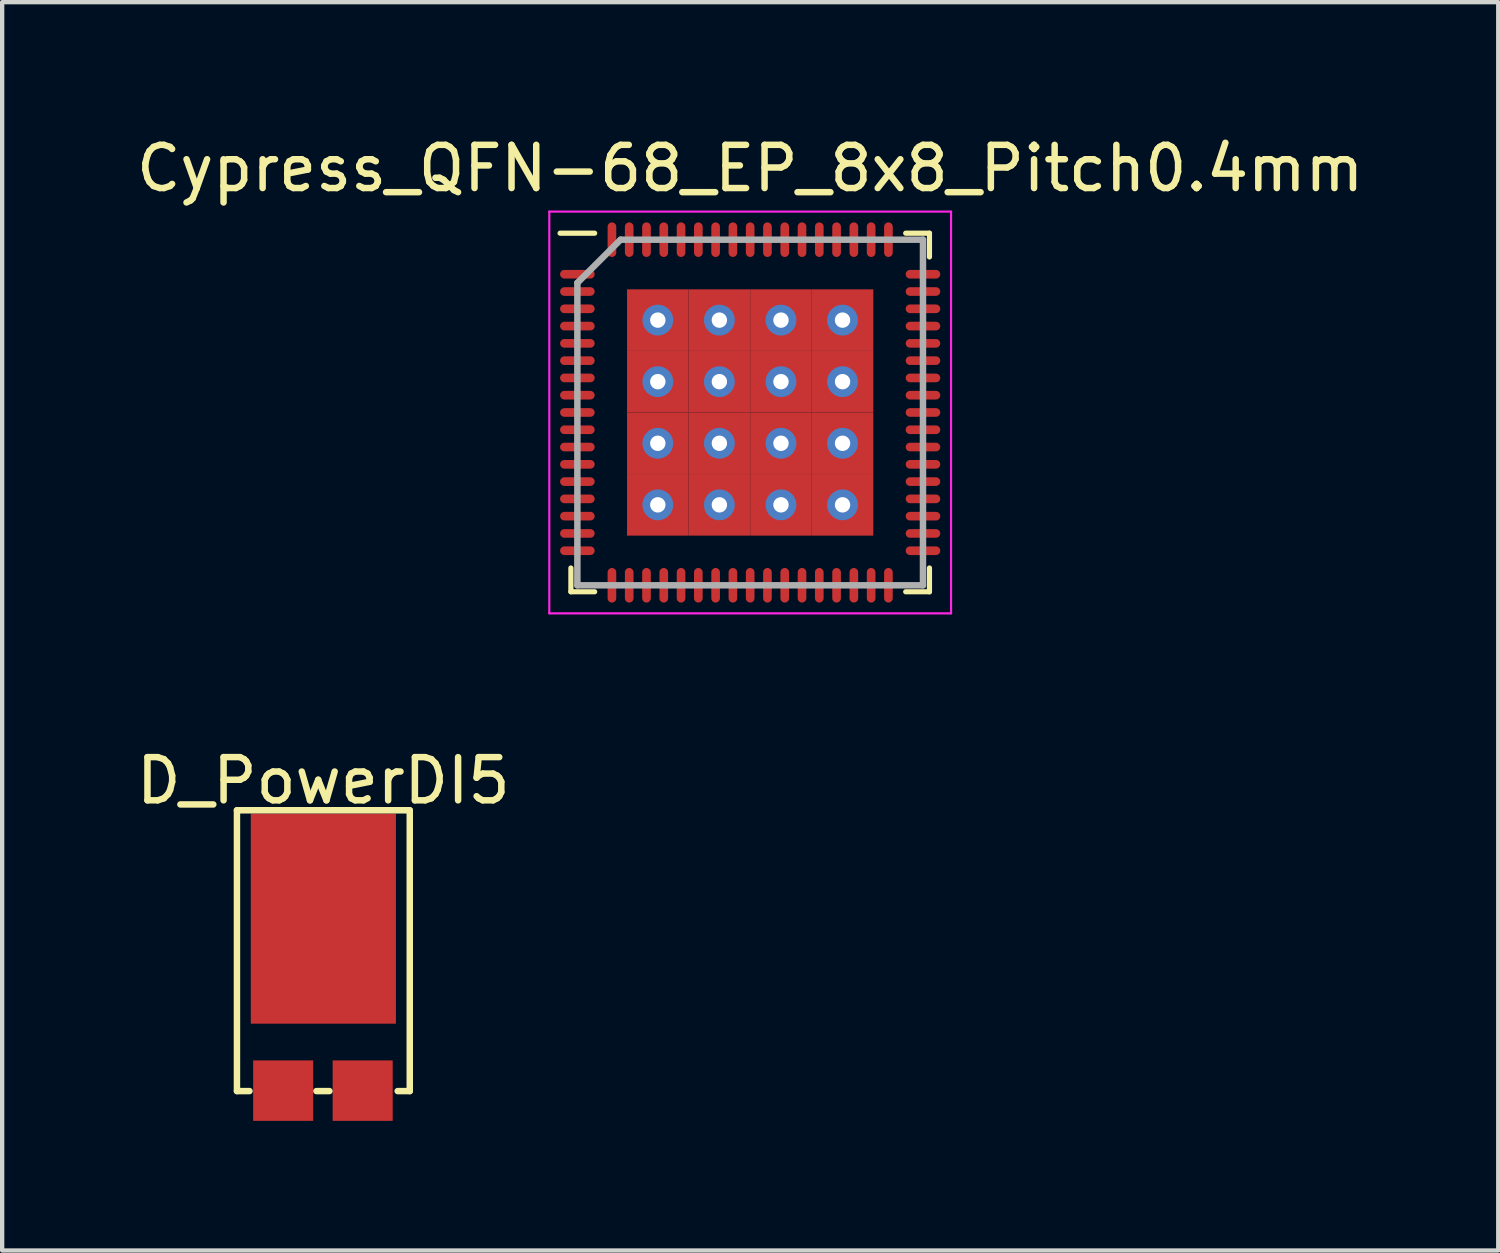
<source format=kicad_pcb>
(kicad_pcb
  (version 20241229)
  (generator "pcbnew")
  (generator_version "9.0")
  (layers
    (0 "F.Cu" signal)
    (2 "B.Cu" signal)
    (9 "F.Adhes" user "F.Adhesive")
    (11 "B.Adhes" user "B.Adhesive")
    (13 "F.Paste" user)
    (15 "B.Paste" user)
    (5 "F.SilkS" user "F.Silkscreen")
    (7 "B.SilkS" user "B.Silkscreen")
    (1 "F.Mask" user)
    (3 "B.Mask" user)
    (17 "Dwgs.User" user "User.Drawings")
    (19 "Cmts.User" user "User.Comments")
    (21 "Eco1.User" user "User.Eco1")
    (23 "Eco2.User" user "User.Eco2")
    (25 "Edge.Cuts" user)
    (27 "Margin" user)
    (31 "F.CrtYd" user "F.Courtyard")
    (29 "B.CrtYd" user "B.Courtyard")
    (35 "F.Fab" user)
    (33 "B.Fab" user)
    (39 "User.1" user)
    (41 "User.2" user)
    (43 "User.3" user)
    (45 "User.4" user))
  (footprint "D_PowerDI5"
    (layer "F.Cu")
    (at 4.435 20.736)
    (property "Reference" "D_PowerDI5" (at 0 -5.715 0) (layer "F.SilkS") (effects (font (size 1 1) (thickness 0.15))))
    (attr smd)
    (fp_line (start -2 -5.03) (end -2 1.47) (stroke (width 0.15) (type solid)) (layer "F.SilkS"))
    (fp_line (start -2 1.47) (end -1.71 1.47) (stroke (width 0.15) (type solid)) (layer "F.SilkS"))
    (fp_line (start -0.16 1.47) (end 0.14 1.47) (stroke (width 0.15) (type solid)) (layer "F.SilkS"))
    (fp_line (start 1.72 1.47) (end 2 1.47) (stroke (width 0.15) (type solid)) (layer "F.SilkS"))
    (fp_line (start 2 -5.03) (end -2 -5.03) (stroke (width 0.15) (type solid)) (layer "F.SilkS"))
    (fp_line (start 2 1.47) (end 2 -5.03) (stroke (width 0.15) (type solid)) (layer "F.SilkS"))
    (pad "1" smd rect (at 0 -2.52) (size 3.36 4.86) (layers "F.Cu" "F.Mask" "F.Paste"))
    (pad "2" smd rect (at -0.93 1.46) (size 1.39 1.4) (layers "F.Cu" "F.Mask" "F.Paste"))
    (pad "2" smd rect (at 0.91 1.46) (size 1.39 1.4) (layers "F.Cu" "F.Mask" "F.Paste")))
  (footprint "Cypress_QFN-68_EP_8x8_Pitch0.4mm"
    (layer "F.Cu")
    (at 14.315 6.498)
    (property "Reference" "Cypress_QFN-68_EP_8x8_Pitch0.4mm" (at 0 -5.65 0) (layer "F.SilkS") (effects (font (size 1 1) (thickness 0.15))))
    (attr smd)
    (fp_line (start -4.15 4.15) (end -4.15 3.6) (stroke (width 0.12) (type solid)) (layer "F.SilkS"))
    (fp_line (start -3.6 -4.15) (end -4.4 -4.15) (stroke (width 0.12) (type solid)) (layer "F.SilkS"))
    (fp_line (start -3.6 4.15) (end -4.15 4.15) (stroke (width 0.12) (type solid)) (layer "F.SilkS"))
    (fp_line (start 3.6 -4.15) (end 4.15 -4.15) (stroke (width 0.12) (type solid)) (layer "F.SilkS"))
    (fp_line (start 3.6 4.15) (end 4.15 4.15) (stroke (width 0.12) (type solid)) (layer "F.SilkS"))
    (fp_line (start 4.15 -4.15) (end 4.15 -3.6) (stroke (width 0.12) (type solid)) (layer "F.SilkS"))
    (fp_line (start 4.15 4.15) (end 4.15 3.6) (stroke (width 0.12) (type solid)) (layer "F.SilkS"))
    (fp_line (start -4.65 -4.65) (end 4.65 -4.65) (stroke (width 0.05) (type solid)) (layer "F.CrtYd"))
    (fp_line (start -4.65 4.65) (end -4.65 -4.65) (stroke (width 0.05) (type solid)) (layer "F.CrtYd"))
    (fp_line (start 4.65 -4.65) (end 4.65 4.65) (stroke (width 0.05) (type solid)) (layer "F.CrtYd"))
    (fp_line (start 4.65 4.65) (end -4.65 4.65) (stroke (width 0.05) (type solid)) (layer "F.CrtYd"))
    (fp_line (start -4 -3) (end -4 4) (stroke (width 0.15) (type solid)) (layer "F.Fab"))
    (fp_line (start -4 4) (end 4 4) (stroke (width 0.15) (type solid)) (layer "F.Fab"))
    (fp_line (start -3 -4) (end -4 -3) (stroke (width 0.15) (type solid)) (layer "F.Fab"))
    (fp_line (start 4 -4) (end -3 -4) (stroke (width 0.15) (type solid)) (layer "F.Fab"))
    (fp_line (start 4 4) (end 4 -4) (stroke (width 0.15) (type solid)) (layer "F.Fab"))
    (pad "1" smd oval (at -4 -3.2 90) (size 0.2 0.8) (layers "F.Cu" "F.Mask" "F.Paste"))
    (pad "2" smd oval (at -4 -2.8 90) (size 0.2 0.8) (layers "F.Cu" "F.Mask" "F.Paste"))
    (pad "3" smd oval (at -4 -2.4 90) (size 0.2 0.8) (layers "F.Cu" "F.Mask" "F.Paste"))
    (pad "4" smd oval (at -4 -2 90) (size 0.2 0.8) (layers "F.Cu" "F.Mask" "F.Paste"))
    (pad "5" smd oval (at -4 -1.6 90) (size 0.2 0.8) (layers "F.Cu" "F.Mask" "F.Paste"))
    (pad "6" smd oval (at -4 -1.2 90) (size 0.2 0.8) (layers "F.Cu" "F.Mask" "F.Paste"))
    (pad "7" smd oval (at -4 -0.8 90) (size 0.2 0.8) (layers "F.Cu" "F.Mask" "F.Paste"))
    (pad "8" smd oval (at -4 -0.4 90) (size 0.2 0.8) (layers "F.Cu" "F.Mask" "F.Paste"))
    (pad "9" smd oval (at -4 0 90) (size 0.2 0.8) (layers "F.Cu" "F.Mask" "F.Paste"))
    (pad "10" smd oval (at -4 0.4 90) (size 0.2 0.8) (layers "F.Cu" "F.Mask" "F.Paste"))
    (pad "11" smd oval (at -4 0.8 90) (size 0.2 0.8) (layers "F.Cu" "F.Mask" "F.Paste"))
    (pad "12" smd oval (at -4 1.2 90) (size 0.2 0.8) (layers "F.Cu" "F.Mask" "F.Paste"))
    (pad "13" smd oval (at -4 1.6 90) (size 0.2 0.8) (layers "F.Cu" "F.Mask" "F.Paste"))
    (pad "14" smd oval (at -4 2 90) (size 0.2 0.8) (layers "F.Cu" "F.Mask" "F.Paste"))
    (pad "15" smd oval (at -4 2.4 90) (size 0.2 0.8) (layers "F.Cu" "F.Mask" "F.Paste"))
    (pad "16" smd oval (at -4 2.8 90) (size 0.2 0.8) (layers "F.Cu" "F.Mask" "F.Paste"))
    (pad "17" smd oval (at -4 3.2 90) (size 0.2 0.8) (layers "F.Cu" "F.Mask" "F.Paste"))
    (pad "18" smd oval (at -3.2 4) (size 0.2 0.8) (layers "F.Cu" "F.Mask" "F.Paste"))
    (pad "19" smd oval (at -2.8 4) (size 0.2 0.8) (layers "F.Cu" "F.Mask" "F.Paste"))
    (pad "20" smd oval (at -2.4 4) (size 0.2 0.8) (layers "F.Cu" "F.Mask" "F.Paste"))
    (pad "21" smd oval (at -2 4) (size 0.2 0.8) (layers "F.Cu" "F.Mask" "F.Paste"))
    (pad "22" smd oval (at -1.6 4) (size 0.2 0.8) (layers "F.Cu" "F.Mask" "F.Paste"))
    (pad "23" smd oval (at -1.2 4) (size 0.2 0.8) (layers "F.Cu" "F.Mask" "F.Paste"))
    (pad "24" smd oval (at -0.8 4) (size 0.2 0.8) (layers "F.Cu" "F.Mask" "F.Paste"))
    (pad "25" smd oval (at -0.4 4) (size 0.2 0.8) (layers "F.Cu" "F.Mask" "F.Paste"))
    (pad "26" smd oval (at 0 4) (size 0.2 0.8) (layers "F.Cu" "F.Mask" "F.Paste"))
    (pad "27" smd oval (at 0.4 4) (size 0.2 0.8) (layers "F.Cu" "F.Mask" "F.Paste"))
    (pad "28" smd oval (at 0.8 4) (size 0.2 0.8) (layers "F.Cu" "F.Mask" "F.Paste"))
    (pad "29" smd oval (at 1.2 4) (size 0.2 0.8) (layers "F.Cu" "F.Mask" "F.Paste"))
    (pad "30" smd oval (at 1.6 4) (size 0.2 0.8) (layers "F.Cu" "F.Mask" "F.Paste"))
    (pad "31" smd oval (at 2 4) (size 0.2 0.8) (layers "F.Cu" "F.Mask" "F.Paste"))
    (pad "32" smd oval (at 2.4 4) (size 0.2 0.8) (layers "F.Cu" "F.Mask" "F.Paste"))
    (pad "33" smd oval (at 2.8 4) (size 0.2 0.8) (layers "F.Cu" "F.Mask" "F.Paste"))
    (pad "34" smd oval (at 3.2 4) (size 0.2 0.8) (layers "F.Cu" "F.Mask" "F.Paste"))
    (pad "35" smd oval (at 4 3.2 90) (size 0.2 0.8) (layers "F.Cu" "F.Mask" "F.Paste"))
    (pad "36" smd oval (at 4 2.8 90) (size 0.2 0.8) (layers "F.Cu" "F.Mask" "F.Paste"))
    (pad "37" smd oval (at 4 2.4 90) (size 0.2 0.8) (layers "F.Cu" "F.Mask" "F.Paste"))
    (pad "38" smd oval (at 4 2 90) (size 0.2 0.8) (layers "F.Cu" "F.Mask" "F.Paste"))
    (pad "39" smd oval (at 4 1.6 90) (size 0.2 0.8) (layers "F.Cu" "F.Mask" "F.Paste"))
    (pad "40" smd oval (at 4 1.2 90) (size 0.2 0.8) (layers "F.Cu" "F.Mask" "F.Paste"))
    (pad "41" smd oval (at 4 0.8 90) (size 0.2 0.8) (layers "F.Cu" "F.Mask" "F.Paste"))
    (pad "42" smd oval (at 4 0.4 90) (size 0.2 0.8) (layers "F.Cu" "F.Mask" "F.Paste"))
    (pad "43" smd oval (at 4 0 90) (size 0.2 0.8) (layers "F.Cu" "F.Mask" "F.Paste"))
    (pad "44" smd oval (at 4 -0.4 90) (size 0.2 0.8) (layers "F.Cu" "F.Mask" "F.Paste"))
    (pad "45" smd oval (at 4 -0.8 90) (size 0.2 0.8) (layers "F.Cu" "F.Mask" "F.Paste"))
    (pad "46" smd oval (at 4 -1.2 90) (size 0.2 0.8) (layers "F.Cu" "F.Mask" "F.Paste"))
    (pad "47" smd oval (at 4 -1.6 90) (size 0.2 0.8) (layers "F.Cu" "F.Mask" "F.Paste"))
    (pad "48" smd oval (at 4 -2 90) (size 0.2 0.8) (layers "F.Cu" "F.Mask" "F.Paste"))
    (pad "49" smd oval (at 4 -2.4 90) (size 0.2 0.8) (layers "F.Cu" "F.Mask" "F.Paste"))
    (pad "50" smd oval (at 4 -2.8 90) (size 0.2 0.8) (layers "F.Cu" "F.Mask" "F.Paste"))
    (pad "51" smd oval (at 4 -3.2 90) (size 0.2 0.8) (layers "F.Cu" "F.Mask" "F.Paste"))
    (pad "52" smd oval (at 3.2 -4) (size 0.2 0.8) (layers "F.Cu" "F.Mask" "F.Paste"))
    (pad "53" smd oval (at 2.8 -4) (size 0.2 0.8) (layers "F.Cu" "F.Mask" "F.Paste"))
    (pad "54" smd oval (at 2.4 -4) (size 0.2 0.8) (layers "F.Cu" "F.Mask" "F.Paste"))
    (pad "55" smd oval (at 2 -4) (size 0.2 0.8) (layers "F.Cu" "F.Mask" "F.Paste"))
    (pad "56" smd oval (at 1.6 -4) (size 0.2 0.8) (layers "F.Cu" "F.Mask" "F.Paste"))
    (pad "57" smd oval (at 1.2 -4) (size 0.2 0.8) (layers "F.Cu" "F.Mask" "F.Paste"))
    (pad "58" smd oval (at 0.8 -4) (size 0.2 0.8) (layers "F.Cu" "F.Mask" "F.Paste"))
    (pad "59" smd oval (at 0.4 -4) (size 0.2 0.8) (layers "F.Cu" "F.Mask" "F.Paste"))
    (pad "60" smd oval (at 0 -4) (size 0.2 0.8) (layers "F.Cu" "F.Mask" "F.Paste"))
    (pad "61" smd oval (at -0.4 -4) (size 0.2 0.8) (layers "F.Cu" "F.Mask" "F.Paste"))
    (pad "62" smd oval (at -0.8 -4) (size 0.2 0.8) (layers "F.Cu" "F.Mask" "F.Paste"))
    (pad "63" smd oval (at -1.2 -4) (size 0.2 0.8) (layers "F.Cu" "F.Mask" "F.Paste"))
    (pad "64" smd oval (at -1.6 -4) (size 0.2 0.8) (layers "F.Cu" "F.Mask" "F.Paste"))
    (pad "65" smd oval (at -2 -4) (size 0.2 0.8) (layers "F.Cu" "F.Mask" "F.Paste"))
    (pad "66" smd oval (at -2.4 -4) (size 0.2 0.8) (layers "F.Cu" "F.Mask" "F.Paste"))
    (pad "67" smd oval (at -2.8 -4) (size 0.2 0.8) (layers "F.Cu" "F.Mask" "F.Paste"))
    (pad "68" smd oval (at -3.2 -4) (size 0.2 0.8) (layers "F.Cu" "F.Mask" "F.Paste"))
    (pad "69" thru_hole circle (at -2.138 -2.138) (size 0.713 0.713) (drill 0.356) (layers "*.Cu" "*.Mask"))
    (pad "69" smd rect (at -2.138 -2.138) (size 1.425 1.425) (layers "F.Cu" "F.Mask" "F.Paste"))
    (pad "69" thru_hole circle (at -2.138 -0.713) (size 0.713 0.713) (drill 0.356) (layers "*.Cu" "*.Mask"))
    (pad "69" smd rect (at -2.138 -0.713) (size 1.425 1.425) (layers "F.Cu" "F.Mask" "F.Paste"))
    (pad "69" thru_hole circle (at -2.138 0.713) (size 0.713 0.713) (drill 0.356) (layers "*.Cu" "*.Mask"))
    (pad "69" smd rect (at -2.138 0.713) (size 1.425 1.425) (layers "F.Cu" "F.Mask" "F.Paste"))
    (pad "69" thru_hole circle (at -2.138 2.138) (size 0.713 0.713) (drill 0.356) (layers "*.Cu" "*.Mask"))
    (pad "69" smd rect (at -2.138 2.138) (size 1.425 1.425) (layers "F.Cu" "F.Mask" "F.Paste"))
    (pad "69" thru_hole circle (at -0.713 -2.138) (size 0.713 0.713) (drill 0.356) (layers "*.Cu" "*.Mask"))
    (pad "69" smd rect (at -0.713 -2.138) (size 1.425 1.425) (layers "F.Cu" "F.Mask" "F.Paste"))
    (pad "69" thru_hole circle (at -0.713 -0.713) (size 0.713 0.713) (drill 0.356) (layers "*.Cu" "*.Mask"))
    (pad "69" smd rect (at -0.713 -0.713) (size 1.425 1.425) (layers "F.Cu" "F.Mask" "F.Paste"))
    (pad "69" thru_hole circle (at -0.713 0.713) (size 0.713 0.713) (drill 0.356) (layers "*.Cu" "*.Mask"))
    (pad "69" smd rect (at -0.713 0.713) (size 1.425 1.425) (layers "F.Cu" "F.Mask" "F.Paste"))
    (pad "69" thru_hole circle (at -0.713 2.138) (size 0.713 0.713) (drill 0.356) (layers "*.Cu" "*.Mask"))
    (pad "69" smd rect (at -0.713 2.138) (size 1.425 1.425) (layers "F.Cu" "F.Mask" "F.Paste"))
    (pad "69" thru_hole circle (at 0.713 -2.138) (size 0.713 0.713) (drill 0.356) (layers "*.Cu" "*.Mask"))
    (pad "69" smd rect (at 0.713 -2.138) (size 1.425 1.425) (layers "F.Cu" "F.Mask" "F.Paste"))
    (pad "69" thru_hole circle (at 0.713 -0.713) (size 0.713 0.713) (drill 0.356) (layers "*.Cu" "*.Mask"))
    (pad "69" smd rect (at 0.713 -0.713) (size 1.425 1.425) (layers "F.Cu" "F.Mask" "F.Paste"))
    (pad "69" thru_hole circle (at 0.713 0.713) (size 0.713 0.713) (drill 0.356) (layers "*.Cu" "*.Mask"))
    (pad "69" smd rect (at 0.713 0.713) (size 1.425 1.425) (layers "F.Cu" "F.Mask" "F.Paste"))
    (pad "69" thru_hole circle (at 0.713 2.138) (size 0.713 0.713) (drill 0.356) (layers "*.Cu" "*.Mask"))
    (pad "69" smd rect (at 0.713 2.138) (size 1.425 1.425) (layers "F.Cu" "F.Mask" "F.Paste"))
    (pad "69" thru_hole circle (at 2.138 -2.138) (size 0.713 0.713) (drill 0.356) (layers "*.Cu" "*.Mask"))
    (pad "69" smd rect (at 2.138 -2.138) (size 1.425 1.425) (layers "F.Cu" "F.Mask" "F.Paste"))
    (pad "69" thru_hole circle (at 2.138 -0.713) (size 0.713 0.713) (drill 0.356) (layers "*.Cu" "*.Mask"))
    (pad "69" smd rect (at 2.138 -0.713) (size 1.425 1.425) (layers "F.Cu" "F.Mask" "F.Paste"))
    (pad "69" thru_hole circle (at 2.138 0.713) (size 0.713 0.713) (drill 0.356) (layers "*.Cu" "*.Mask"))
    (pad "69" smd rect (at 2.138 0.713) (size 1.425 1.425) (layers "F.Cu" "F.Mask" "F.Paste"))
    (pad "69" thru_hole circle (at 2.138 2.138) (size 0.713 0.713) (drill 0.356) (layers "*.Cu" "*.Mask"))
    (pad "69" smd rect (at 2.138 2.138) (size 1.425 1.425) (layers "F.Cu" "F.Mask" "F.Paste")))
  (gr_rect
    (start -3 -3)
    (end 31.631 25.896)
    (stroke (width 0.1) (type default))
    (fill no)
    (layer "Edge.Cuts")))
</source>
